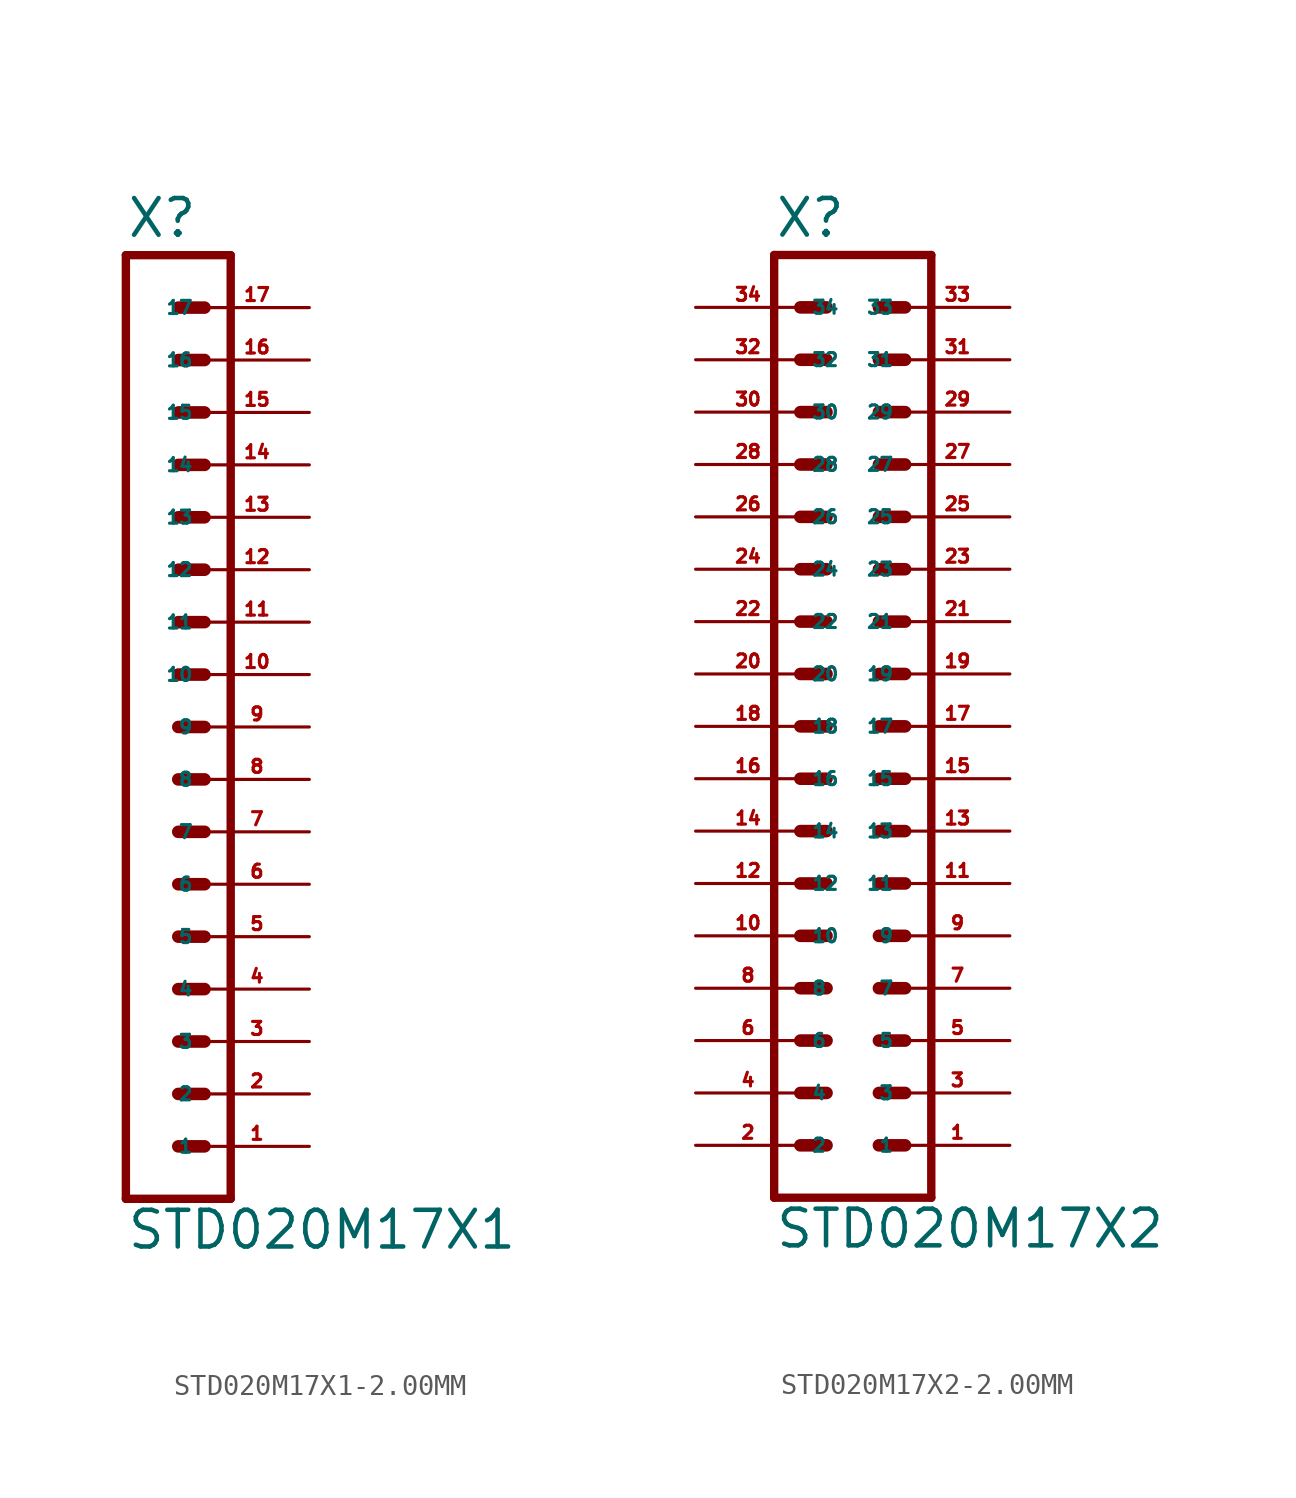
<source format=kicad_sym>
(kicad_symbol_lib
  (version 20220914)
  (generator Eagle2Kicad)
  (symbol "STD020M17X1-2.00MM"
    (property "Reference" "X"
      (at -1.27 31.242 0)
      (effects (font (size 1.778 1.778) (thickness 0.22)) (justify left bottom)))
    (property "Value" "STD020M17X1"
      (at -1.27 -17.78 0)
      (effects (font (size 1.778 1.778) (thickness 0.22)) (justify left bottom)))
    (polyline
      (pts (xy 3.81 -15.24) (xy -1.27 -15.24))
      (stroke (width 0.406) (type default))
      (fill (type none)))
    (polyline
      (pts (xy 1.27 -7.62) (xy 2.54 -7.62))
      (stroke (width 0.61) (type default))
      (fill (type none)))
    (polyline
      (pts (xy 1.27 -10.16) (xy 2.54 -10.16))
      (stroke (width 0.61) (type default))
      (fill (type none)))
    (polyline
      (pts (xy 1.27 -12.7) (xy 2.54 -12.7))
      (stroke (width 0.61) (type default))
      (fill (type none)))
    (polyline
      (pts (xy 1.27 -2.54) (xy 2.54 -2.54))
      (stroke (width 0.61) (type default))
      (fill (type none)))
    (polyline
      (pts (xy 1.27 -5.08) (xy 2.54 -5.08))
      (stroke (width 0.61) (type default))
      (fill (type none)))
    (polyline
      (pts (xy 1.27 5.08) (xy 2.54 5.08))
      (stroke (width 0.61) (type default))
      (fill (type none)))
    (polyline
      (pts (xy 1.27 2.54) (xy 2.54 2.54))
      (stroke (width 0.61) (type default))
      (fill (type none)))
    (polyline
      (pts (xy 1.27 0) (xy 2.54 0))
      (stroke (width 0.61) (type default))
      (fill (type none)))
    (polyline
      (pts (xy 1.27 10.16) (xy 2.54 10.16))
      (stroke (width 0.61) (type default))
      (fill (type none)))
    (polyline
      (pts (xy 1.27 7.62) (xy 2.54 7.62))
      (stroke (width 0.61) (type default))
      (fill (type none)))
    (polyline
      (pts (xy 1.27 15.24) (xy 2.54 15.24))
      (stroke (width 0.61) (type default))
      (fill (type none)))
    (polyline
      (pts (xy 1.27 12.7) (xy 2.54 12.7))
      (stroke (width 0.61) (type default))
      (fill (type none)))
    (polyline
      (pts (xy -1.27 30.48) (xy -1.27 -15.24))
      (stroke (width 0.406) (type default))
      (fill (type none)))
    (polyline
      (pts (xy 3.81 -15.24) (xy 3.81 30.48))
      (stroke (width 0.406) (type default))
      (fill (type none)))
    (polyline
      (pts (xy -1.27 30.48) (xy 3.81 30.48))
      (stroke (width 0.406) (type default))
      (fill (type none)))
    (polyline
      (pts (xy 1.27 17.78) (xy 2.54 17.78))
      (stroke (width 0.61) (type default))
      (fill (type none)))
    (polyline
      (pts (xy 1.27 20.32) (xy 2.54 20.32))
      (stroke (width 0.61) (type default))
      (fill (type none)))
    (polyline
      (pts (xy 1.27 22.86) (xy 2.54 22.86))
      (stroke (width 0.61) (type default))
      (fill (type none)))
    (polyline
      (pts (xy 1.27 25.4) (xy 2.54 25.4))
      (stroke (width 0.61) (type default))
      (fill (type none)))
    (polyline
      (pts (xy 1.27 27.94) (xy 2.54 27.94))
      (stroke (width 0.61) (type default))
      (fill (type none)))
    (pin passive line
      (at 7.62 -12.7 180)
      (length 5.08)
      (name "1" (effects (font (size 0.635 0.635) (thickness 0.08)) (justify left bottom)))
      (number "1" (effects (font (size 0.635 0.635) (thickness 0.08)) (justify left bottom))))
    (pin passive line
      (at 7.62 -10.16 180)
      (length 5.08)
      (name "2" (effects (font (size 0.635 0.635) (thickness 0.08)) (justify left bottom)))
      (number "2" (effects (font (size 0.635 0.635) (thickness 0.08)) (justify left bottom))))
    (pin passive line
      (at 7.62 -7.62 180)
      (length 5.08)
      (name "3" (effects (font (size 0.635 0.635) (thickness 0.08)) (justify left bottom)))
      (number "3" (effects (font (size 0.635 0.635) (thickness 0.08)) (justify left bottom))))
    (pin passive line
      (at 7.62 -5.08 180)
      (length 5.08)
      (name "4" (effects (font (size 0.635 0.635) (thickness 0.08)) (justify left bottom)))
      (number "4" (effects (font (size 0.635 0.635) (thickness 0.08)) (justify left bottom))))
    (pin passive line
      (at 7.62 -2.54 180)
      (length 5.08)
      (name "5" (effects (font (size 0.635 0.635) (thickness 0.08)) (justify left bottom)))
      (number "5" (effects (font (size 0.635 0.635) (thickness 0.08)) (justify left bottom))))
    (pin passive line
      (at 7.62 0 180)
      (length 5.08)
      (name "6" (effects (font (size 0.635 0.635) (thickness 0.08)) (justify left bottom)))
      (number "6" (effects (font (size 0.635 0.635) (thickness 0.08)) (justify left bottom))))
    (pin passive line
      (at 7.62 2.54 180)
      (length 5.08)
      (name "7" (effects (font (size 0.635 0.635) (thickness 0.08)) (justify left bottom)))
      (number "7" (effects (font (size 0.635 0.635) (thickness 0.08)) (justify left bottom))))
    (pin passive line
      (at 7.62 5.08 180)
      (length 5.08)
      (name "8" (effects (font (size 0.635 0.635) (thickness 0.08)) (justify left bottom)))
      (number "8" (effects (font (size 0.635 0.635) (thickness 0.08)) (justify left bottom))))
    (pin passive line
      (at 7.62 7.62 180)
      (length 5.08)
      (name "9" (effects (font (size 0.635 0.635) (thickness 0.08)) (justify left bottom)))
      (number "9" (effects (font (size 0.635 0.635) (thickness 0.08)) (justify left bottom))))
    (pin passive line
      (at 7.62 10.16 180)
      (length 5.08)
      (name "10" (effects (font (size 0.635 0.635) (thickness 0.08)) (justify left bottom)))
      (number "10" (effects (font (size 0.635 0.635) (thickness 0.08)) (justify left bottom))))
    (pin passive line
      (at 7.62 12.7 180)
      (length 5.08)
      (name "11" (effects (font (size 0.635 0.635) (thickness 0.08)) (justify left bottom)))
      (number "11" (effects (font (size 0.635 0.635) (thickness 0.08)) (justify left bottom))))
    (pin passive line
      (at 7.62 15.24 180)
      (length 5.08)
      (name "12" (effects (font (size 0.635 0.635) (thickness 0.08)) (justify left bottom)))
      (number "12" (effects (font (size 0.635 0.635) (thickness 0.08)) (justify left bottom))))
    (pin passive line
      (at 7.62 17.78 180)
      (length 5.08)
      (name "13" (effects (font (size 0.635 0.635) (thickness 0.08)) (justify left bottom)))
      (number "13" (effects (font (size 0.635 0.635) (thickness 0.08)) (justify left bottom))))
    (pin passive line
      (at 7.62 20.32 180)
      (length 5.08)
      (name "14" (effects (font (size 0.635 0.635) (thickness 0.08)) (justify left bottom)))
      (number "14" (effects (font (size 0.635 0.635) (thickness 0.08)) (justify left bottom))))
    (pin passive line
      (at 7.62 22.86 180)
      (length 5.08)
      (name "15" (effects (font (size 0.635 0.635) (thickness 0.08)) (justify left bottom)))
      (number "15" (effects (font (size 0.635 0.635) (thickness 0.08)) (justify left bottom))))
    (pin passive line
      (at 7.62 25.4 180)
      (length 5.08)
      (name "16" (effects (font (size 0.635 0.635) (thickness 0.08)) (justify left bottom)))
      (number "16" (effects (font (size 0.635 0.635) (thickness 0.08)) (justify left bottom))))
    (pin passive line
      (at 7.62 27.94 180)
      (length 5.08)
      (name "17" (effects (font (size 0.635 0.635) (thickness 0.08)) (justify left bottom)))
      (number "17" (effects (font (size 0.635 0.635) (thickness 0.08)) (justify left bottom)))))
  (symbol "STD020M17X2-2.00MM"
    (property "Reference" "X"
      (at -3.81 23.622 0)
      (effects (font (size 1.778 1.778) (thickness 0.22)) (justify left bottom)))
    (property "Value" "STD020M17X2"
      (at -3.81 -25.4 0)
      (effects (font (size 1.778 1.778) (thickness 0.22)) (justify left bottom)))
    (polyline
      (pts (xy 3.81 -22.86) (xy -3.81 -22.86))
      (stroke (width 0.406) (type default))
      (fill (type none)))
    (polyline
      (pts (xy 1.27 -15.24) (xy 2.54 -15.24))
      (stroke (width 0.61) (type default))
      (fill (type none)))
    (polyline
      (pts (xy 1.27 -17.78) (xy 2.54 -17.78))
      (stroke (width 0.61) (type default))
      (fill (type none)))
    (polyline
      (pts (xy 1.27 -20.32) (xy 2.54 -20.32))
      (stroke (width 0.61) (type default))
      (fill (type none)))
    (polyline
      (pts (xy -2.54 -15.24) (xy -1.27 -15.24))
      (stroke (width 0.61) (type default))
      (fill (type none)))
    (polyline
      (pts (xy -2.54 -17.78) (xy -1.27 -17.78))
      (stroke (width 0.61) (type default))
      (fill (type none)))
    (polyline
      (pts (xy -2.54 -20.32) (xy -1.27 -20.32))
      (stroke (width 0.61) (type default))
      (fill (type none)))
    (polyline
      (pts (xy 1.27 -10.16) (xy 2.54 -10.16))
      (stroke (width 0.61) (type default))
      (fill (type none)))
    (polyline
      (pts (xy 1.27 -12.7) (xy 2.54 -12.7))
      (stroke (width 0.61) (type default))
      (fill (type none)))
    (polyline
      (pts (xy -2.54 -10.16) (xy -1.27 -10.16))
      (stroke (width 0.61) (type default))
      (fill (type none)))
    (polyline
      (pts (xy -2.54 -12.7) (xy -1.27 -12.7))
      (stroke (width 0.61) (type default))
      (fill (type none)))
    (polyline
      (pts (xy 1.27 -2.54) (xy 2.54 -2.54))
      (stroke (width 0.61) (type default))
      (fill (type none)))
    (polyline
      (pts (xy 1.27 -5.08) (xy 2.54 -5.08))
      (stroke (width 0.61) (type default))
      (fill (type none)))
    (polyline
      (pts (xy 1.27 -7.62) (xy 2.54 -7.62))
      (stroke (width 0.61) (type default))
      (fill (type none)))
    (polyline
      (pts (xy -2.54 -2.54) (xy -1.27 -2.54))
      (stroke (width 0.61) (type default))
      (fill (type none)))
    (polyline
      (pts (xy -2.54 -5.08) (xy -1.27 -5.08))
      (stroke (width 0.61) (type default))
      (fill (type none)))
    (polyline
      (pts (xy -2.54 -7.62) (xy -1.27 -7.62))
      (stroke (width 0.61) (type default))
      (fill (type none)))
    (polyline
      (pts (xy 1.27 2.54) (xy 2.54 2.54))
      (stroke (width 0.61) (type default))
      (fill (type none)))
    (polyline
      (pts (xy 1.27 0) (xy 2.54 0))
      (stroke (width 0.61) (type default))
      (fill (type none)))
    (polyline
      (pts (xy -2.54 2.54) (xy -1.27 2.54))
      (stroke (width 0.61) (type default))
      (fill (type none)))
    (polyline
      (pts (xy -2.54 0) (xy -1.27 0))
      (stroke (width 0.61) (type default))
      (fill (type none)))
    (polyline
      (pts (xy 1.27 10.16) (xy 2.54 10.16))
      (stroke (width 0.61) (type default))
      (fill (type none)))
    (polyline
      (pts (xy 1.27 7.62) (xy 2.54 7.62))
      (stroke (width 0.61) (type default))
      (fill (type none)))
    (polyline
      (pts (xy 1.27 5.08) (xy 2.54 5.08))
      (stroke (width 0.61) (type default))
      (fill (type none)))
    (polyline
      (pts (xy -2.54 10.16) (xy -1.27 10.16))
      (stroke (width 0.61) (type default))
      (fill (type none)))
    (polyline
      (pts (xy -2.54 7.62) (xy -1.27 7.62))
      (stroke (width 0.61) (type default))
      (fill (type none)))
    (polyline
      (pts (xy -2.54 5.08) (xy -1.27 5.08))
      (stroke (width 0.61) (type default))
      (fill (type none)))
    (polyline
      (pts (xy 1.27 15.24) (xy 2.54 15.24))
      (stroke (width 0.61) (type default))
      (fill (type none)))
    (polyline
      (pts (xy 1.27 12.7) (xy 2.54 12.7))
      (stroke (width 0.61) (type default))
      (fill (type none)))
    (polyline
      (pts (xy -2.54 15.24) (xy -1.27 15.24))
      (stroke (width 0.61) (type default))
      (fill (type none)))
    (polyline
      (pts (xy -2.54 12.7) (xy -1.27 12.7))
      (stroke (width 0.61) (type default))
      (fill (type none)))
    (polyline
      (pts (xy 1.27 20.32) (xy 2.54 20.32))
      (stroke (width 0.61) (type default))
      (fill (type none)))
    (polyline
      (pts (xy 1.27 17.78) (xy 2.54 17.78))
      (stroke (width 0.61) (type default))
      (fill (type none)))
    (polyline
      (pts (xy -2.54 20.32) (xy -1.27 20.32))
      (stroke (width 0.61) (type default))
      (fill (type none)))
    (polyline
      (pts (xy -2.54 17.78) (xy -1.27 17.78))
      (stroke (width 0.61) (type default))
      (fill (type none)))
    (polyline
      (pts (xy -3.81 22.86) (xy -3.81 -22.86))
      (stroke (width 0.406) (type default))
      (fill (type none)))
    (polyline
      (pts (xy 3.81 -22.86) (xy 3.81 22.86))
      (stroke (width 0.406) (type default))
      (fill (type none)))
    (polyline
      (pts (xy -3.81 22.86) (xy 3.81 22.86))
      (stroke (width 0.406) (type default))
      (fill (type none)))
    (pin passive line
      (at 7.62 -20.32 180)
      (length 5.08)
      (name "1" (effects (font (size 0.635 0.635) (thickness 0.08)) (justify left bottom)))
      (number "1" (effects (font (size 0.635 0.635) (thickness 0.08)) (justify left bottom))))
    (pin passive line
      (at 7.62 -17.78 180)
      (length 5.08)
      (name "3" (effects (font (size 0.635 0.635) (thickness 0.08)) (justify left bottom)))
      (number "3" (effects (font (size 0.635 0.635) (thickness 0.08)) (justify left bottom))))
    (pin passive line
      (at 7.62 -15.24 180)
      (length 5.08)
      (name "5" (effects (font (size 0.635 0.635) (thickness 0.08)) (justify left bottom)))
      (number "5" (effects (font (size 0.635 0.635) (thickness 0.08)) (justify left bottom))))
    (pin passive line
      (at -7.62 -20.32 0)
      (length 5.08)
      (name "2" (effects (font (size 0.635 0.635) (thickness 0.08)) (justify left bottom)))
      (number "2" (effects (font (size 0.635 0.635) (thickness 0.08)) (justify left bottom))))
    (pin passive line
      (at -7.62 -17.78 0)
      (length 5.08)
      (name "4" (effects (font (size 0.635 0.635) (thickness 0.08)) (justify left bottom)))
      (number "4" (effects (font (size 0.635 0.635) (thickness 0.08)) (justify left bottom))))
    (pin passive line
      (at -7.62 -15.24 0)
      (length 5.08)
      (name "6" (effects (font (size 0.635 0.635) (thickness 0.08)) (justify left bottom)))
      (number "6" (effects (font (size 0.635 0.635) (thickness 0.08)) (justify left bottom))))
    (pin passive line
      (at 7.62 -12.7 180)
      (length 5.08)
      (name "7" (effects (font (size 0.635 0.635) (thickness 0.08)) (justify left bottom)))
      (number "7" (effects (font (size 0.635 0.635) (thickness 0.08)) (justify left bottom))))
    (pin passive line
      (at 7.62 -10.16 180)
      (length 5.08)
      (name "9" (effects (font (size 0.635 0.635) (thickness 0.08)) (justify left bottom)))
      (number "9" (effects (font (size 0.635 0.635) (thickness 0.08)) (justify left bottom))))
    (pin passive line
      (at -7.62 -12.7 0)
      (length 5.08)
      (name "8" (effects (font (size 0.635 0.635) (thickness 0.08)) (justify left bottom)))
      (number "8" (effects (font (size 0.635 0.635) (thickness 0.08)) (justify left bottom))))
    (pin passive line
      (at -7.62 -10.16 0)
      (length 5.08)
      (name "10" (effects (font (size 0.635 0.635) (thickness 0.08)) (justify left bottom)))
      (number "10" (effects (font (size 0.635 0.635) (thickness 0.08)) (justify left bottom))))
    (pin passive line
      (at 7.62 -7.62 180)
      (length 5.08)
      (name "11" (effects (font (size 0.635 0.635) (thickness 0.08)) (justify left bottom)))
      (number "11" (effects (font (size 0.635 0.635) (thickness 0.08)) (justify left bottom))))
    (pin passive line
      (at 7.62 -5.08 180)
      (length 5.08)
      (name "13" (effects (font (size 0.635 0.635) (thickness 0.08)) (justify left bottom)))
      (number "13" (effects (font (size 0.635 0.635) (thickness 0.08)) (justify left bottom))))
    (pin passive line
      (at 7.62 -2.54 180)
      (length 5.08)
      (name "15" (effects (font (size 0.635 0.635) (thickness 0.08)) (justify left bottom)))
      (number "15" (effects (font (size 0.635 0.635) (thickness 0.08)) (justify left bottom))))
    (pin passive line
      (at -7.62 -7.62 0)
      (length 5.08)
      (name "12" (effects (font (size 0.635 0.635) (thickness 0.08)) (justify left bottom)))
      (number "12" (effects (font (size 0.635 0.635) (thickness 0.08)) (justify left bottom))))
    (pin passive line
      (at -7.62 -5.08 0)
      (length 5.08)
      (name "14" (effects (font (size 0.635 0.635) (thickness 0.08)) (justify left bottom)))
      (number "14" (effects (font (size 0.635 0.635) (thickness 0.08)) (justify left bottom))))
    (pin passive line
      (at -7.62 -2.54 0)
      (length 5.08)
      (name "16" (effects (font (size 0.635 0.635) (thickness 0.08)) (justify left bottom)))
      (number "16" (effects (font (size 0.635 0.635) (thickness 0.08)) (justify left bottom))))
    (pin passive line
      (at 7.62 0 180)
      (length 5.08)
      (name "17" (effects (font (size 0.635 0.635) (thickness 0.08)) (justify left bottom)))
      (number "17" (effects (font (size 0.635 0.635) (thickness 0.08)) (justify left bottom))))
    (pin passive line
      (at 7.62 2.54 180)
      (length 5.08)
      (name "19" (effects (font (size 0.635 0.635) (thickness 0.08)) (justify left bottom)))
      (number "19" (effects (font (size 0.635 0.635) (thickness 0.08)) (justify left bottom))))
    (pin passive line
      (at -7.62 0 0)
      (length 5.08)
      (name "18" (effects (font (size 0.635 0.635) (thickness 0.08)) (justify left bottom)))
      (number "18" (effects (font (size 0.635 0.635) (thickness 0.08)) (justify left bottom))))
    (pin passive line
      (at -7.62 2.54 0)
      (length 5.08)
      (name "20" (effects (font (size 0.635 0.635) (thickness 0.08)) (justify left bottom)))
      (number "20" (effects (font (size 0.635 0.635) (thickness 0.08)) (justify left bottom))))
    (pin passive line
      (at 7.62 5.08 180)
      (length 5.08)
      (name "21" (effects (font (size 0.635 0.635) (thickness 0.08)) (justify left bottom)))
      (number "21" (effects (font (size 0.635 0.635) (thickness 0.08)) (justify left bottom))))
    (pin passive line
      (at 7.62 7.62 180)
      (length 5.08)
      (name "23" (effects (font (size 0.635 0.635) (thickness 0.08)) (justify left bottom)))
      (number "23" (effects (font (size 0.635 0.635) (thickness 0.08)) (justify left bottom))))
    (pin passive line
      (at 7.62 10.16 180)
      (length 5.08)
      (name "25" (effects (font (size 0.635 0.635) (thickness 0.08)) (justify left bottom)))
      (number "25" (effects (font (size 0.635 0.635) (thickness 0.08)) (justify left bottom))))
    (pin passive line
      (at -7.62 5.08 0)
      (length 5.08)
      (name "22" (effects (font (size 0.635 0.635) (thickness 0.08)) (justify left bottom)))
      (number "22" (effects (font (size 0.635 0.635) (thickness 0.08)) (justify left bottom))))
    (pin passive line
      (at -7.62 7.62 0)
      (length 5.08)
      (name "24" (effects (font (size 0.635 0.635) (thickness 0.08)) (justify left bottom)))
      (number "24" (effects (font (size 0.635 0.635) (thickness 0.08)) (justify left bottom))))
    (pin passive line
      (at -7.62 10.16 0)
      (length 5.08)
      (name "26" (effects (font (size 0.635 0.635) (thickness 0.08)) (justify left bottom)))
      (number "26" (effects (font (size 0.635 0.635) (thickness 0.08)) (justify left bottom))))
    (pin passive line
      (at 7.62 12.7 180)
      (length 5.08)
      (name "27" (effects (font (size 0.635 0.635) (thickness 0.08)) (justify left bottom)))
      (number "27" (effects (font (size 0.635 0.635) (thickness 0.08)) (justify left bottom))))
    (pin passive line
      (at 7.62 15.24 180)
      (length 5.08)
      (name "29" (effects (font (size 0.635 0.635) (thickness 0.08)) (justify left bottom)))
      (number "29" (effects (font (size 0.635 0.635) (thickness 0.08)) (justify left bottom))))
    (pin passive line
      (at -7.62 12.7 0)
      (length 5.08)
      (name "28" (effects (font (size 0.635 0.635) (thickness 0.08)) (justify left bottom)))
      (number "28" (effects (font (size 0.635 0.635) (thickness 0.08)) (justify left bottom))))
    (pin passive line
      (at -7.62 15.24 0)
      (length 5.08)
      (name "30" (effects (font (size 0.635 0.635) (thickness 0.08)) (justify left bottom)))
      (number "30" (effects (font (size 0.635 0.635) (thickness 0.08)) (justify left bottom))))
    (pin passive line
      (at 7.62 17.78 180)
      (length 5.08)
      (name "31" (effects (font (size 0.635 0.635) (thickness 0.08)) (justify left bottom)))
      (number "31" (effects (font (size 0.635 0.635) (thickness 0.08)) (justify left bottom))))
    (pin passive line
      (at 7.62 20.32 180)
      (length 5.08)
      (name "33" (effects (font (size 0.635 0.635) (thickness 0.08)) (justify left bottom)))
      (number "33" (effects (font (size 0.635 0.635) (thickness 0.08)) (justify left bottom))))
    (pin passive line
      (at -7.62 17.78 0)
      (length 5.08)
      (name "32" (effects (font (size 0.635 0.635) (thickness 0.08)) (justify left bottom)))
      (number "32" (effects (font (size 0.635 0.635) (thickness 0.08)) (justify left bottom))))
    (pin passive line
      (at -7.62 20.32 0)
      (length 5.08)
      (name "34" (effects (font (size 0.635 0.635) (thickness 0.08)) (justify left bottom)))
      (number "34" (effects (font (size 0.635 0.635) (thickness 0.08)) (justify left bottom))))))
</source>
